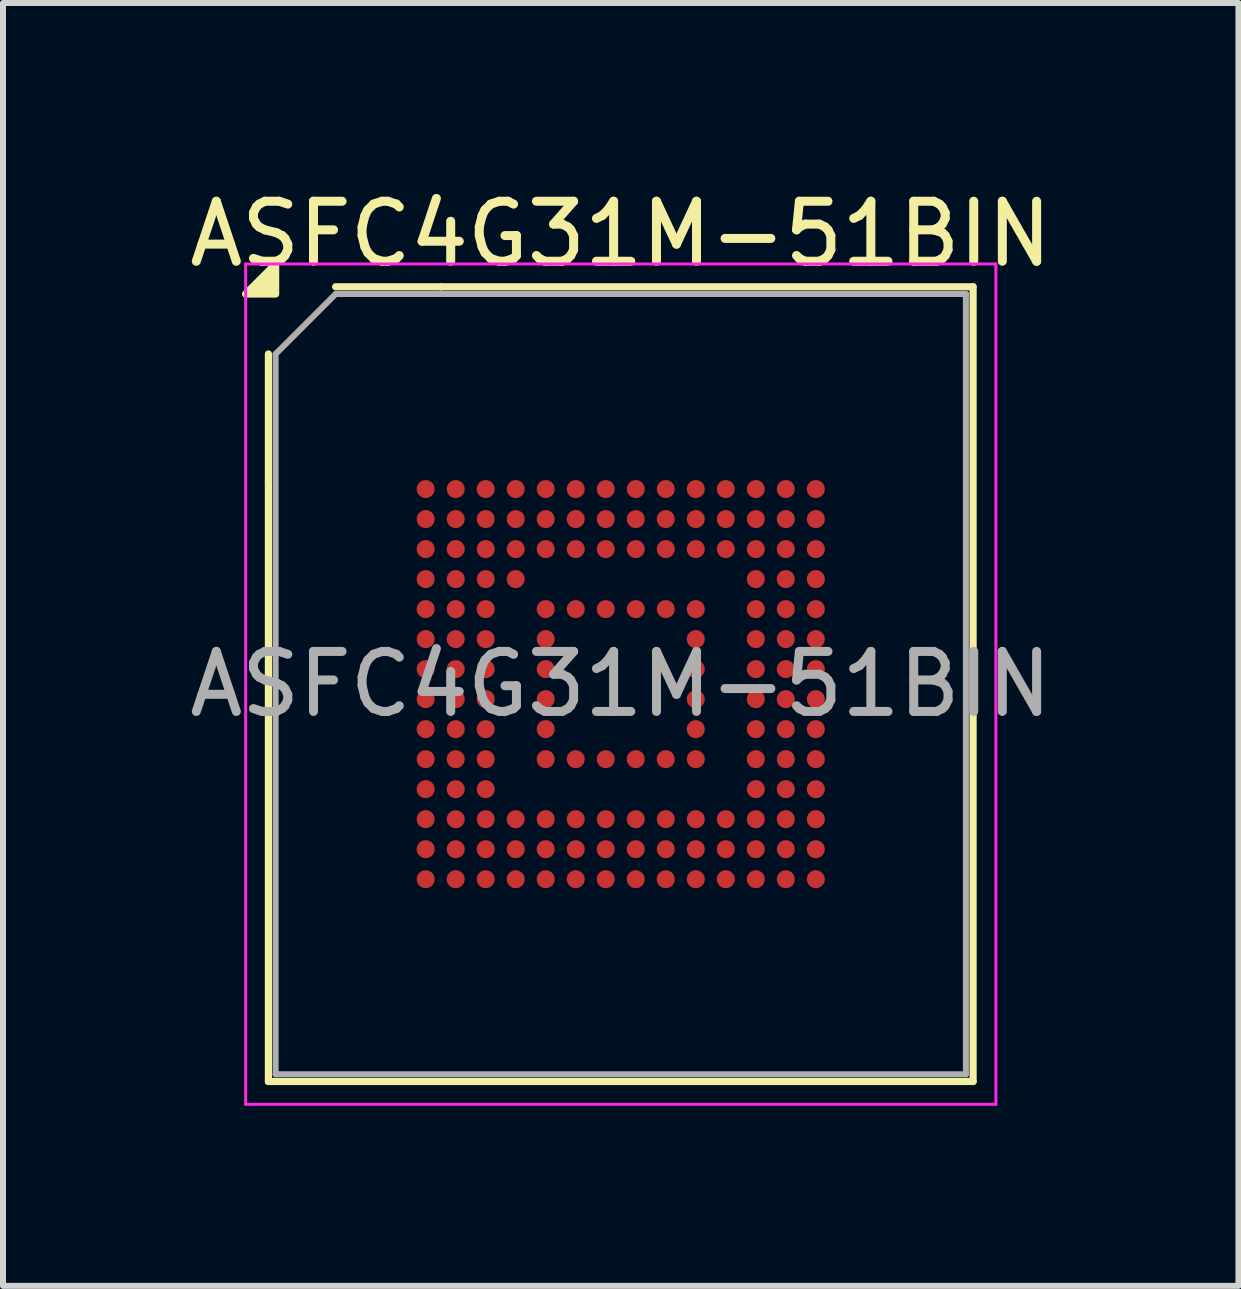
<source format=kicad_pcb>
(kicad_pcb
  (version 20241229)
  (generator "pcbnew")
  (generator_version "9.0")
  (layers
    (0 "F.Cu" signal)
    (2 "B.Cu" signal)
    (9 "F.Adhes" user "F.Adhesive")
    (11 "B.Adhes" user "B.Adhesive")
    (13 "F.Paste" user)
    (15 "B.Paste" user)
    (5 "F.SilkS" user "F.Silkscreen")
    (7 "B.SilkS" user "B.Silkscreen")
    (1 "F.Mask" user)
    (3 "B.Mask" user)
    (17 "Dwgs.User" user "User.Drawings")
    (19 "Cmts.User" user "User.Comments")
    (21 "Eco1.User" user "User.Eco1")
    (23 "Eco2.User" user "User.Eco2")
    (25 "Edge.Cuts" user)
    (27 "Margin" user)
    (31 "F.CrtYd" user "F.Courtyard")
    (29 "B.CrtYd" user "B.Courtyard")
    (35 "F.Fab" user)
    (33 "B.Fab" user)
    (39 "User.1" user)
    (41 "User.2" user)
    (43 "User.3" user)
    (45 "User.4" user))
  (footprint "ASFC4G31M-51BIN"
    (layer "F.Cu")
    (at 7.292 8.348)
    (property "Reference" "ASFC4G31M-51BIN" (at 0 -7.5 0) (layer "F.SilkS") (effects (font (size 1 1) (thickness 0.15))))
    (attr smd)
    (private_layers "User.2")
    (fp_line (start -5.87 -5.5) (end -5.87 -3.37) (stroke (width 0.12) (type default)) (layer "F.SilkS"))
    (fp_line (start -5.87 6.62) (end -5.87 -3.37) (stroke (width 0.12) (type default)) (layer "F.SilkS"))
    (fp_line (start -5.87 6.62) (end 5.87 6.62) (stroke (width 0.12) (type default)) (layer "F.SilkS"))
    (fp_line (start -2.995 -6.62) (end -4.75 -6.62) (stroke (width 0.12) (type default)) (layer "F.SilkS"))
    (fp_line (start -2.995 -6.62) (end 5.87 -6.62) (stroke (width 0.12) (type default)) (layer "F.SilkS"))
    (fp_line (start 5.87 -6.62) (end 5.87 6.62) (stroke (width 0.12) (type default)) (layer "F.SilkS"))
    (fp_poly (pts (xy -5.75 -6.5) (xy -6.25 -6.5) (xy -5.75 -7) (xy -5.75 -6.5)) (stroke (width 0.12) (type solid)) (fill yes) (layer "F.SilkS"))
    (fp_line (start -6.25 -7) (end 6.25 -7) (stroke (width 0.05) (type default)) (layer "F.CrtYd"))
    (fp_line (start -6.25 7) (end -6.25 -7) (stroke (width 0.05) (type default)) (layer "F.CrtYd"))
    (fp_line (start 6.25 -7) (end 6.25 7) (stroke (width 0.05) (type default)) (layer "F.CrtYd"))
    (fp_line (start 6.25 7) (end -6.25 7) (stroke (width 0.05) (type default)) (layer "F.CrtYd"))
    (fp_line (start -5.75 -5.5) (end -5.75 6.5) (stroke (width 0.1) (type default)) (layer "F.Fab"))
    (fp_line (start -5.75 6.5) (end 5.75 6.5) (stroke (width 0.1) (type default)) (layer "F.Fab"))
    (fp_line (start -4.75 -6.5) (end -5.75 -5.5) (stroke (width 0.1) (type default)) (layer "F.Fab"))
    (fp_line (start 5.75 -6.5) (end -4.75 -6.5) (stroke (width 0.1) (type default)) (layer "F.Fab"))
    (fp_line (start 5.75 6.5) (end 5.75 -6.5) (stroke (width 0.1) (type default)) (layer "F.Fab"))
    (fp_text user "${REFERENCE}" (at 0 0 0) (layer "F.Fab") (effects (font (size 1 1) (thickness 0.15))))
    (dimension (type orthogonal) (layer "User.2") (pts (xy 10.542 5.098) (xy 10.542 11.598)) (height 6.85) (orientation 1) (format (prefix "") (suffix "") (units 3) (units_format 0) (precision 4) (suppress_zeroes yes)) (style (thickness 0.05) (arrow_length 0.2) (text_position_mode 0) (arrow_direction outward) (extension_height 0.586) (extension_offset 0.5) (keep_text_aligned yes)) (gr_text "6.5" (at 17.032 8.348 90) (layer "User.2") (effects (font (size 0.3 0.3) (thickness 0.06) (bold yes)))))
    (dimension (type orthogonal) (layer "User.2") (pts (xy 4.042 5.098) (xy 10.542 5.098)) (height -6.05) (orientation 0) (format (prefix "") (suffix "") (units 3) (units_format 0) (precision 4) (suppress_zeroes yes)) (style (thickness 0.05) (arrow_length 0.2) (text_position_mode 0) (arrow_direction outward) (extension_height 0.586) (extension_offset 0.5) (keep_text_aligned yes)) (gr_text "6.5" (at 7.292 -1.312 0) (layer "User.2") (effects (font (size 0.3 0.3) (thickness 0.06) (bold yes)))))
    (dimension (type orthogonal) (layer "User.2") (pts (xy 10.542 6.598) (xy 10.542 7.098)) (height 5.15) (orientation 1) (format (prefix "") (suffix "") (units 3) (units_format 0) (precision 4) (suppress_zeroes yes)) (style (thickness 0.05) (arrow_length 0.2) (text_position_mode 2) (arrow_direction outward) (extension_height 0.586) (extension_offset 0.5) (keep_text_aligned yes)) (gr_text "0.5" (at 16.592 6.848 90) (layer "User.2") (effects (font (size 0.3 0.3) (thickness 0.06) (bold yes)))))
    (pad "A1" smd circle (at -3.25 -3.25) (size 0.3 0.3) (layers "F.Cu" "F.Mask" "F.Paste"))
    (pad "A2" smd circle (at -2.75 -3.25) (size 0.3 0.3) (layers "F.Cu" "F.Mask" "F.Paste"))
    (pad "A3" smd circle (at -2.25 -3.25) (size 0.3 0.3) (layers "F.Cu" "F.Mask" "F.Paste"))
    (pad "A4" smd circle (at -1.75 -3.25) (size 0.3 0.3) (layers "F.Cu" "F.Mask" "F.Paste"))
    (pad "A5" smd circle (at -1.25 -3.25) (size 0.3 0.3) (layers "F.Cu" "F.Mask" "F.Paste"))
    (pad "A6" smd circle (at -0.75 -3.25) (size 0.3 0.3) (layers "F.Cu" "F.Mask" "F.Paste"))
    (pad "A7" smd circle (at -0.25 -3.25) (size 0.3 0.3) (layers "F.Cu" "F.Mask" "F.Paste"))
    (pad "A8" smd circle (at 0.25 -3.25) (size 0.3 0.3) (layers "F.Cu" "F.Mask" "F.Paste"))
    (pad "A9" smd circle (at 0.75 -3.25) (size 0.3 0.3) (layers "F.Cu" "F.Mask" "F.Paste"))
    (pad "A10" smd circle (at 1.25 -3.25) (size 0.3 0.3) (layers "F.Cu" "F.Mask" "F.Paste"))
    (pad "A11" smd circle (at 1.75 -3.25) (size 0.3 0.3) (layers "F.Cu" "F.Mask" "F.Paste"))
    (pad "A12" smd circle (at 2.25 -3.25) (size 0.3 0.3) (layers "F.Cu" "F.Mask" "F.Paste"))
    (pad "A13" smd circle (at 2.75 -3.25) (size 0.3 0.3) (layers "F.Cu" "F.Mask" "F.Paste"))
    (pad "A14" smd circle (at 3.25 -3.25) (size 0.3 0.3) (layers "F.Cu" "F.Mask" "F.Paste"))
    (pad "B1" smd circle (at -3.25 -2.75) (size 0.3 0.3) (layers "F.Cu" "F.Mask" "F.Paste"))
    (pad "B2" smd circle (at -2.75 -2.75) (size 0.3 0.3) (layers "F.Cu" "F.Mask" "F.Paste"))
    (pad "B3" smd circle (at -2.25 -2.75) (size 0.3 0.3) (layers "F.Cu" "F.Mask" "F.Paste"))
    (pad "B4" smd circle (at -1.75 -2.75) (size 0.3 0.3) (layers "F.Cu" "F.Mask" "F.Paste"))
    (pad "B5" smd circle (at -1.25 -2.75) (size 0.3 0.3) (layers "F.Cu" "F.Mask" "F.Paste"))
    (pad "B6" smd circle (at -0.75 -2.75) (size 0.3 0.3) (layers "F.Cu" "F.Mask" "F.Paste"))
    (pad "B7" smd circle (at -0.25 -2.75) (size 0.3 0.3) (layers "F.Cu" "F.Mask" "F.Paste"))
    (pad "B8" smd circle (at 0.25 -2.75) (size 0.3 0.3) (layers "F.Cu" "F.Mask" "F.Paste"))
    (pad "B9" smd circle (at 0.75 -2.75) (size 0.3 0.3) (layers "F.Cu" "F.Mask" "F.Paste"))
    (pad "B10" smd circle (at 1.25 -2.75) (size 0.3 0.3) (layers "F.Cu" "F.Mask" "F.Paste"))
    (pad "B11" smd circle (at 1.75 -2.75) (size 0.3 0.3) (layers "F.Cu" "F.Mask" "F.Paste"))
    (pad "B12" smd circle (at 2.25 -2.75) (size 0.3 0.3) (layers "F.Cu" "F.Mask" "F.Paste"))
    (pad "B13" smd circle (at 2.75 -2.75) (size 0.3 0.3) (layers "F.Cu" "F.Mask" "F.Paste"))
    (pad "B14" smd circle (at 3.25 -2.75) (size 0.3 0.3) (layers "F.Cu" "F.Mask" "F.Paste"))
    (pad "C1" smd circle (at -3.25 -2.25) (size 0.3 0.3) (layers "F.Cu" "F.Mask" "F.Paste"))
    (pad "C2" smd circle (at -2.75 -2.25) (size 0.3 0.3) (layers "F.Cu" "F.Mask" "F.Paste"))
    (pad "C3" smd circle (at -2.25 -2.25) (size 0.3 0.3) (layers "F.Cu" "F.Mask" "F.Paste"))
    (pad "C4" smd circle (at -1.75 -2.25) (size 0.3 0.3) (layers "F.Cu" "F.Mask" "F.Paste"))
    (pad "C5" smd circle (at -1.25 -2.25) (size 0.3 0.3) (layers "F.Cu" "F.Mask" "F.Paste"))
    (pad "C6" smd circle (at -0.75 -2.25) (size 0.3 0.3) (layers "F.Cu" "F.Mask" "F.Paste"))
    (pad "C7" smd circle (at -0.25 -2.25) (size 0.3 0.3) (layers "F.Cu" "F.Mask" "F.Paste"))
    (pad "C8" smd circle (at 0.25 -2.25) (size 0.3 0.3) (layers "F.Cu" "F.Mask" "F.Paste"))
    (pad "C9" smd circle (at 0.75 -2.25) (size 0.3 0.3) (layers "F.Cu" "F.Mask" "F.Paste"))
    (pad "C10" smd circle (at 1.25 -2.25) (size 0.3 0.3) (layers "F.Cu" "F.Mask" "F.Paste"))
    (pad "C11" smd circle (at 1.75 -2.25) (size 0.3 0.3) (layers "F.Cu" "F.Mask" "F.Paste"))
    (pad "C12" smd circle (at 2.25 -2.25) (size 0.3 0.3) (layers "F.Cu" "F.Mask" "F.Paste"))
    (pad "C13" smd circle (at 2.75 -2.25) (size 0.3 0.3) (layers "F.Cu" "F.Mask" "F.Paste"))
    (pad "C14" smd circle (at 3.25 -2.25) (size 0.3 0.3) (layers "F.Cu" "F.Mask" "F.Paste"))
    (pad "D1" smd circle (at -3.25 -1.75) (size 0.3 0.3) (layers "F.Cu" "F.Mask" "F.Paste"))
    (pad "D2" smd circle (at -2.75 -1.75) (size 0.3 0.3) (layers "F.Cu" "F.Mask" "F.Paste"))
    (pad "D3" smd circle (at -2.25 -1.75) (size 0.3 0.3) (layers "F.Cu" "F.Mask" "F.Paste"))
    (pad "D4" smd circle (at -1.75 -1.75) (size 0.3 0.3) (layers "F.Cu" "F.Mask" "F.Paste"))
    (pad "D12" smd circle (at 2.25 -1.75) (size 0.3 0.3) (layers "F.Cu" "F.Mask" "F.Paste"))
    (pad "D13" smd circle (at 2.75 -1.75) (size 0.3 0.3) (layers "F.Cu" "F.Mask" "F.Paste"))
    (pad "D14" smd circle (at 3.25 -1.75) (size 0.3 0.3) (layers "F.Cu" "F.Mask" "F.Paste"))
    (pad "E1" smd circle (at -3.25 -1.25) (size 0.3 0.3) (layers "F.Cu" "F.Mask" "F.Paste"))
    (pad "E2" smd circle (at -2.75 -1.25) (size 0.3 0.3) (layers "F.Cu" "F.Mask" "F.Paste"))
    (pad "E3" smd circle (at -2.25 -1.25) (size 0.3 0.3) (layers "F.Cu" "F.Mask" "F.Paste"))
    (pad "E5" smd circle (at -1.25 -1.25) (size 0.3 0.3) (layers "F.Cu" "F.Mask" "F.Paste"))
    (pad "E6" smd circle (at -0.75 -1.25) (size 0.3 0.3) (layers "F.Cu" "F.Mask" "F.Paste"))
    (pad "E7" smd circle (at -0.25 -1.25) (size 0.3 0.3) (layers "F.Cu" "F.Mask" "F.Paste"))
    (pad "E8" smd circle (at 0.25 -1.25) (size 0.3 0.3) (layers "F.Cu" "F.Mask" "F.Paste"))
    (pad "E9" smd circle (at 0.75 -1.25) (size 0.3 0.3) (layers "F.Cu" "F.Mask" "F.Paste"))
    (pad "E10" smd circle (at 1.25 -1.25) (size 0.3 0.3) (layers "F.Cu" "F.Mask" "F.Paste"))
    (pad "E12" smd circle (at 2.25 -1.25) (size 0.3 0.3) (layers "F.Cu" "F.Mask" "F.Paste"))
    (pad "E13" smd circle (at 2.75 -1.25) (size 0.3 0.3) (layers "F.Cu" "F.Mask" "F.Paste"))
    (pad "E14" smd circle (at 3.25 -1.25) (size 0.3 0.3) (layers "F.Cu" "F.Mask" "F.Paste"))
    (pad "F1" smd circle (at -3.25 -0.75) (size 0.3 0.3) (layers "F.Cu" "F.Mask" "F.Paste"))
    (pad "F2" smd circle (at -2.75 -0.75) (size 0.3 0.3) (layers "F.Cu" "F.Mask" "F.Paste"))
    (pad "F3" smd circle (at -2.25 -0.75) (size 0.3 0.3) (layers "F.Cu" "F.Mask" "F.Paste"))
    (pad "F5" smd circle (at -1.25 -0.75) (size 0.3 0.3) (layers "F.Cu" "F.Mask" "F.Paste"))
    (pad "F10" smd circle (at 1.25 -0.75) (size 0.3 0.3) (layers "F.Cu" "F.Mask" "F.Paste"))
    (pad "F12" smd circle (at 2.25 -0.75) (size 0.3 0.3) (layers "F.Cu" "F.Mask" "F.Paste"))
    (pad "F13" smd circle (at 2.75 -0.75) (size 0.3 0.3) (layers "F.Cu" "F.Mask" "F.Paste"))
    (pad "F14" smd circle (at 3.25 -0.75) (size 0.3 0.3) (layers "F.Cu" "F.Mask" "F.Paste"))
    (pad "G1" smd circle (at -3.25 -0.25) (size 0.3 0.3) (layers "F.Cu" "F.Mask" "F.Paste"))
    (pad "G2" smd circle (at -2.75 -0.25) (size 0.3 0.3) (layers "F.Cu" "F.Mask" "F.Paste"))
    (pad "G3" smd circle (at -2.25 -0.25) (size 0.3 0.3) (layers "F.Cu" "F.Mask" "F.Paste"))
    (pad "G5" smd circle (at -1.25 -0.25) (size 0.3 0.3) (layers "F.Cu" "F.Mask" "F.Paste"))
    (pad "G10" smd circle (at 1.25 -0.25) (size 0.3 0.3) (layers "F.Cu" "F.Mask" "F.Paste"))
    (pad "G12" smd circle (at 2.25 -0.25) (size 0.3 0.3) (layers "F.Cu" "F.Mask" "F.Paste"))
    (pad "G13" smd circle (at 2.75 -0.25) (size 0.3 0.3) (layers "F.Cu" "F.Mask" "F.Paste"))
    (pad "G14" smd circle (at 3.25 -0.25) (size 0.3 0.3) (layers "F.Cu" "F.Mask" "F.Paste"))
    (pad "H1" smd circle (at -3.25 0.25) (size 0.3 0.3) (layers "F.Cu" "F.Mask" "F.Paste"))
    (pad "H2" smd circle (at -2.75 0.25) (size 0.3 0.3) (layers "F.Cu" "F.Mask" "F.Paste"))
    (pad "H3" smd circle (at -2.25 0.25) (size 0.3 0.3) (layers "F.Cu" "F.Mask" "F.Paste"))
    (pad "H5" smd circle (at -1.25 0.25) (size 0.3 0.3) (layers "F.Cu" "F.Mask" "F.Paste"))
    (pad "H10" smd circle (at 1.25 0.25) (size 0.3 0.3) (layers "F.Cu" "F.Mask" "F.Paste"))
    (pad "H12" smd circle (at 2.25 0.25) (size 0.3 0.3) (layers "F.Cu" "F.Mask" "F.Paste"))
    (pad "H13" smd circle (at 2.75 0.25) (size 0.3 0.3) (layers "F.Cu" "F.Mask" "F.Paste"))
    (pad "H14" smd circle (at 3.25 0.25) (size 0.3 0.3) (layers "F.Cu" "F.Mask" "F.Paste"))
    (pad "J1" smd circle (at -3.25 0.75) (size 0.3 0.3) (layers "F.Cu" "F.Mask" "F.Paste"))
    (pad "J2" smd circle (at -2.75 0.75) (size 0.3 0.3) (layers "F.Cu" "F.Mask" "F.Paste"))
    (pad "J3" smd circle (at -2.25 0.75) (size 0.3 0.3) (layers "F.Cu" "F.Mask" "F.Paste"))
    (pad "J5" smd circle (at -1.25 0.75) (size 0.3 0.3) (layers "F.Cu" "F.Mask" "F.Paste"))
    (pad "J10" smd circle (at 1.25 0.75) (size 0.3 0.3) (layers "F.Cu" "F.Mask" "F.Paste"))
    (pad "J12" smd circle (at 2.25 0.75) (size 0.3 0.3) (layers "F.Cu" "F.Mask" "F.Paste"))
    (pad "J13" smd circle (at 2.75 0.75) (size 0.3 0.3) (layers "F.Cu" "F.Mask" "F.Paste"))
    (pad "J14" smd circle (at 3.25 0.75) (size 0.3 0.3) (layers "F.Cu" "F.Mask" "F.Paste"))
    (pad "K1" smd circle (at -3.25 1.25) (size 0.3 0.3) (layers "F.Cu" "F.Mask" "F.Paste"))
    (pad "K2" smd circle (at -2.75 1.25) (size 0.3 0.3) (layers "F.Cu" "F.Mask" "F.Paste"))
    (pad "K3" smd circle (at -2.25 1.25) (size 0.3 0.3) (layers "F.Cu" "F.Mask" "F.Paste"))
    (pad "K5" smd circle (at -1.25 1.25) (size 0.3 0.3) (layers "F.Cu" "F.Mask" "F.Paste"))
    (pad "K6" smd circle (at -0.75 1.25) (size 0.3 0.3) (layers "F.Cu" "F.Mask" "F.Paste"))
    (pad "K7" smd circle (at -0.25 1.25) (size 0.3 0.3) (layers "F.Cu" "F.Mask" "F.Paste"))
    (pad "K8" smd circle (at 0.25 1.25) (size 0.3 0.3) (layers "F.Cu" "F.Mask" "F.Paste"))
    (pad "K9" smd circle (at 0.75 1.25) (size 0.3 0.3) (layers "F.Cu" "F.Mask" "F.Paste"))
    (pad "K10" smd circle (at 1.25 1.25) (size 0.3 0.3) (layers "F.Cu" "F.Mask" "F.Paste"))
    (pad "K12" smd circle (at 2.25 1.25) (size 0.3 0.3) (layers "F.Cu" "F.Mask" "F.Paste"))
    (pad "K13" smd circle (at 2.75 1.25) (size 0.3 0.3) (layers "F.Cu" "F.Mask" "F.Paste"))
    (pad "K14" smd circle (at 3.25 1.25) (size 0.3 0.3) (layers "F.Cu" "F.Mask" "F.Paste"))
    (pad "L1" smd circle (at -3.25 1.75) (size 0.3 0.3) (layers "F.Cu" "F.Mask" "F.Paste"))
    (pad "L2" smd circle (at -2.75 1.75) (size 0.3 0.3) (layers "F.Cu" "F.Mask" "F.Paste"))
    (pad "L3" smd circle (at -2.25 1.75) (size 0.3 0.3) (layers "F.Cu" "F.Mask" "F.Paste"))
    (pad "L12" smd circle (at 2.25 1.75) (size 0.3 0.3) (layers "F.Cu" "F.Mask" "F.Paste"))
    (pad "L13" smd circle (at 2.75 1.75) (size 0.3 0.3) (layers "F.Cu" "F.Mask" "F.Paste"))
    (pad "L14" smd circle (at 3.25 1.75) (size 0.3 0.3) (layers "F.Cu" "F.Mask" "F.Paste"))
    (pad "M1" smd circle (at -3.25 2.25) (size 0.3 0.3) (layers "F.Cu" "F.Mask" "F.Paste"))
    (pad "M2" smd circle (at -2.75 2.25) (size 0.3 0.3) (layers "F.Cu" "F.Mask" "F.Paste"))
    (pad "M3" smd circle (at -2.25 2.25) (size 0.3 0.3) (layers "F.Cu" "F.Mask" "F.Paste"))
    (pad "M4" smd circle (at -1.75 2.25) (size 0.3 0.3) (layers "F.Cu" "F.Mask" "F.Paste"))
    (pad "M5" smd circle (at -1.25 2.25) (size 0.3 0.3) (layers "F.Cu" "F.Mask" "F.Paste"))
    (pad "M6" smd circle (at -0.75 2.25) (size 0.3 0.3) (layers "F.Cu" "F.Mask" "F.Paste"))
    (pad "M7" smd circle (at -0.25 2.25) (size 0.3 0.3) (layers "F.Cu" "F.Mask" "F.Paste"))
    (pad "M8" smd circle (at 0.25 2.25) (size 0.3 0.3) (layers "F.Cu" "F.Mask" "F.Paste"))
    (pad "M9" smd circle (at 0.75 2.25) (size 0.3 0.3) (layers "F.Cu" "F.Mask" "F.Paste"))
    (pad "M10" smd circle (at 1.25 2.25) (size 0.3 0.3) (layers "F.Cu" "F.Mask" "F.Paste"))
    (pad "M11" smd circle (at 1.75 2.25) (size 0.3 0.3) (layers "F.Cu" "F.Mask" "F.Paste"))
    (pad "M12" smd circle (at 2.25 2.25) (size 0.3 0.3) (layers "F.Cu" "F.Mask" "F.Paste"))
    (pad "M13" smd circle (at 2.75 2.25) (size 0.3 0.3) (layers "F.Cu" "F.Mask" "F.Paste"))
    (pad "M14" smd circle (at 3.25 2.25) (size 0.3 0.3) (layers "F.Cu" "F.Mask" "F.Paste"))
    (pad "N1" smd circle (at -3.25 2.75) (size 0.3 0.3) (layers "F.Cu" "F.Mask" "F.Paste"))
    (pad "N2" smd circle (at -2.75 2.75) (size 0.3 0.3) (layers "F.Cu" "F.Mask" "F.Paste"))
    (pad "N3" smd circle (at -2.25 2.75) (size 0.3 0.3) (layers "F.Cu" "F.Mask" "F.Paste"))
    (pad "N4" smd circle (at -1.75 2.75) (size 0.3 0.3) (layers "F.Cu" "F.Mask" "F.Paste"))
    (pad "N5" smd circle (at -1.25 2.75) (size 0.3 0.3) (layers "F.Cu" "F.Mask" "F.Paste"))
    (pad "N6" smd circle (at -0.75 2.75) (size 0.3 0.3) (layers "F.Cu" "F.Mask" "F.Paste"))
    (pad "N7" smd circle (at -0.25 2.75) (size 0.3 0.3) (layers "F.Cu" "F.Mask" "F.Paste"))
    (pad "N8" smd circle (at 0.25 2.75) (size 0.3 0.3) (layers "F.Cu" "F.Mask" "F.Paste"))
    (pad "N9" smd circle (at 0.75 2.75) (size 0.3 0.3) (layers "F.Cu" "F.Mask" "F.Paste"))
    (pad "N10" smd circle (at 1.25 2.75) (size 0.3 0.3) (layers "F.Cu" "F.Mask" "F.Paste"))
    (pad "N11" smd circle (at 1.75 2.75) (size 0.3 0.3) (layers "F.Cu" "F.Mask" "F.Paste"))
    (pad "N12" smd circle (at 2.25 2.75) (size 0.3 0.3) (layers "F.Cu" "F.Mask" "F.Paste"))
    (pad "N13" smd circle (at 2.75 2.75) (size 0.3 0.3) (layers "F.Cu" "F.Mask" "F.Paste"))
    (pad "N14" smd circle (at 3.25 2.75) (size 0.3 0.3) (layers "F.Cu" "F.Mask" "F.Paste"))
    (pad "P1" smd circle (at -3.25 3.25) (size 0.3 0.3) (layers "F.Cu" "F.Mask" "F.Paste"))
    (pad "P2" smd circle (at -2.75 3.25) (size 0.3 0.3) (layers "F.Cu" "F.Mask" "F.Paste"))
    (pad "P3" smd circle (at -2.25 3.25) (size 0.3 0.3) (layers "F.Cu" "F.Mask" "F.Paste"))
    (pad "P4" smd circle (at -1.75 3.25) (size 0.3 0.3) (layers "F.Cu" "F.Mask" "F.Paste"))
    (pad "P5" smd circle (at -1.25 3.25) (size 0.3 0.3) (layers "F.Cu" "F.Mask" "F.Paste"))
    (pad "P6" smd circle (at -0.75 3.25) (size 0.3 0.3) (layers "F.Cu" "F.Mask" "F.Paste"))
    (pad "P7" smd circle (at -0.25 3.25) (size 0.3 0.3) (layers "F.Cu" "F.Mask" "F.Paste"))
    (pad "P8" smd circle (at 0.25 3.25) (size 0.3 0.3) (layers "F.Cu" "F.Mask" "F.Paste"))
    (pad "P9" smd circle (at 0.75 3.25) (size 0.3 0.3) (layers "F.Cu" "F.Mask" "F.Paste"))
    (pad "P10" smd circle (at 1.25 3.25) (size 0.3 0.3) (layers "F.Cu" "F.Mask" "F.Paste"))
    (pad "P11" smd circle (at 1.75 3.25) (size 0.3 0.3) (layers "F.Cu" "F.Mask" "F.Paste"))
    (pad "P12" smd circle (at 2.25 3.25) (size 0.3 0.3) (layers "F.Cu" "F.Mask" "F.Paste"))
    (pad "P13" smd circle (at 2.75 3.25) (size 0.3 0.3) (layers "F.Cu" "F.Mask" "F.Paste"))
    (pad "P14" smd circle (at 3.25 3.25) (size 0.3 0.3) (layers "F.Cu" "F.Mask" "F.Paste")))
  (gr_rect
    (start -3 -3)
    (end 17.583 18.373)
    (stroke (width 0.1) (type default))
    (fill no)
    (layer "Edge.Cuts")))
</source>
